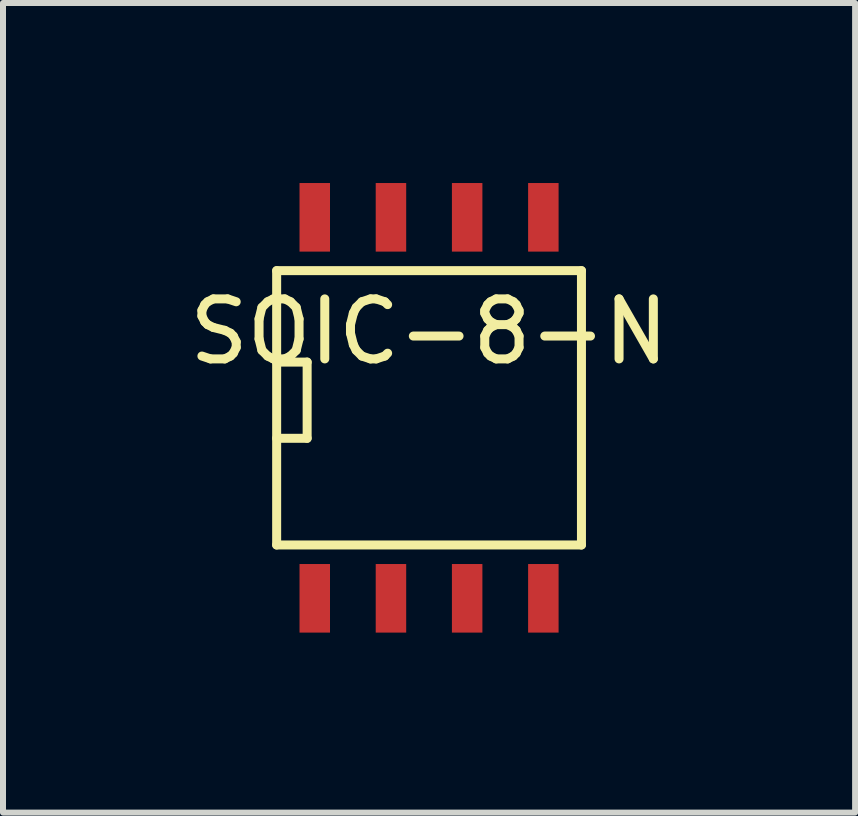
<source format=kicad_pcb>
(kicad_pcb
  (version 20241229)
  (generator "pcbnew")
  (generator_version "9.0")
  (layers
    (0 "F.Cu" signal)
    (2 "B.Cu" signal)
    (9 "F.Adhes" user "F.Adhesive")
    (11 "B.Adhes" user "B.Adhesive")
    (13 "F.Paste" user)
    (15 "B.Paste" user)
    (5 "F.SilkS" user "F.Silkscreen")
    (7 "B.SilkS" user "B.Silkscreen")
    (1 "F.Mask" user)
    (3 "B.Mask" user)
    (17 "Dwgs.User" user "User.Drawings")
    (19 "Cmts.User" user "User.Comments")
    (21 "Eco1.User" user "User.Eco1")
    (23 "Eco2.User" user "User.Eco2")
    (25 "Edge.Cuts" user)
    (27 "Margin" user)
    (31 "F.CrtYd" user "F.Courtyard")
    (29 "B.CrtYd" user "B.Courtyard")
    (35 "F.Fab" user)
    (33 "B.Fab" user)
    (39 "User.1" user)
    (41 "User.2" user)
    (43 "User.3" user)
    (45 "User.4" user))
  (footprint "SOIC-8-N"
    (layer "F.Cu")
    (at 4.101 3.747)
    (property "Reference" "SOIC-8-N" (at 0 -1.27 0) (layer "F.SilkS") (effects (font (size 1 1) (thickness 0.15))))
    (attr smd)
    (fp_line (start -2.54 -2.286) (end 2.54 -2.286) (stroke (width 0.15) (type solid)) (layer "F.SilkS"))
    (fp_line (start -2.54 -0.762) (end -2.032 -0.762) (stroke (width 0.15) (type solid)) (layer "F.SilkS"))
    (fp_line (start -2.54 2.286) (end -2.54 -2.286) (stroke (width 0.15) (type solid)) (layer "F.SilkS"))
    (fp_line (start -2.032 -0.762) (end -2.032 0.508) (stroke (width 0.15) (type solid)) (layer "F.SilkS"))
    (fp_line (start -2.032 0.508) (end -2.54 0.508) (stroke (width 0.15) (type solid)) (layer "F.SilkS"))
    (fp_line (start 2.54 -2.286) (end 2.54 2.286) (stroke (width 0.15) (type solid)) (layer "F.SilkS"))
    (fp_line (start 2.54 2.286) (end -2.54 2.286) (stroke (width 0.15) (type solid)) (layer "F.SilkS"))
    (pad "1" smd rect (at -1.905 3.175) (size 0.508 1.143) (layers "F.Cu" "F.Mask" "F.Paste"))
    (pad "2" smd rect (at -0.635 3.175) (size 0.508 1.143) (layers "F.Cu" "F.Mask" "F.Paste"))
    (pad "3" smd rect (at 0.635 3.175) (size 0.508 1.143) (layers "F.Cu" "F.Mask" "F.Paste"))
    (pad "4" smd rect (at 1.905 3.175) (size 0.508 1.143) (layers "F.Cu" "F.Mask" "F.Paste"))
    (pad "5" smd rect (at 1.905 -3.175) (size 0.508 1.143) (layers "F.Cu" "F.Mask" "F.Paste"))
    (pad "6" smd rect (at 0.635 -3.175) (size 0.508 1.143) (layers "F.Cu" "F.Mask" "F.Paste"))
    (pad "7" smd rect (at -0.635 -3.175) (size 0.508 1.143) (layers "F.Cu" "F.Mask" "F.Paste"))
    (pad "8" smd rect (at -1.905 -3.175) (size 0.508 1.143) (layers "F.Cu" "F.Mask" "F.Paste")))
  (gr_rect
    (start -3 -3)
    (end 11.202 10.493)
    (stroke (width 0.1) (type default))
    (fill no)
    (layer "Edge.Cuts")))
</source>
